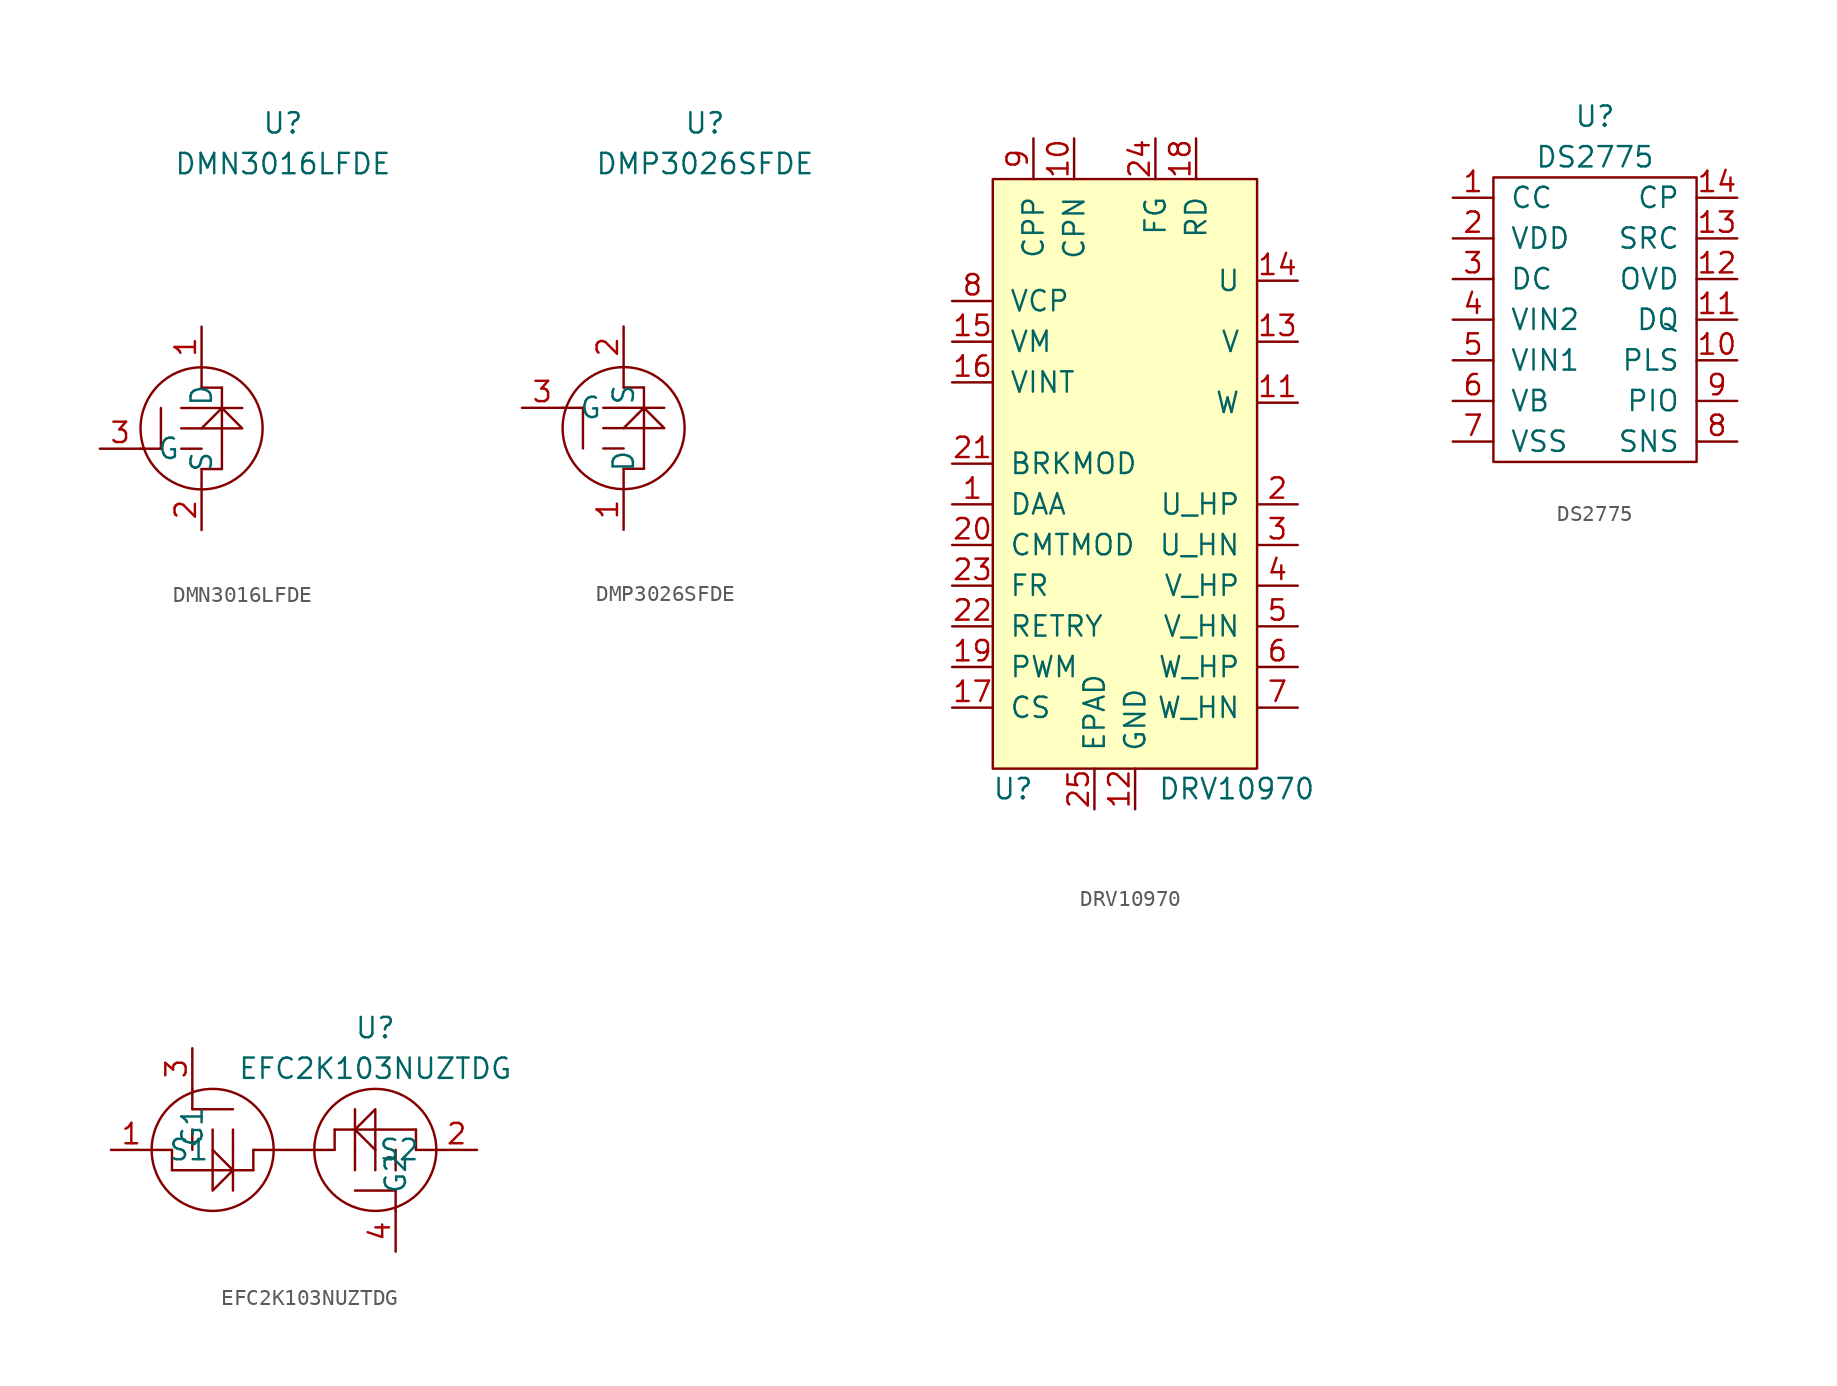
<source format=kicad_sym>
(kicad_symbol_lib
  (version 20211014)
  (generator kicad_symbol_editor)
  (symbol "DMN3016LFDE"
    (pin_names
      (offset 1.016))
    (property "Reference" "U"
      (at 5.08 12.7 0)
      (effects (font (size 1.27 1.27))))
    (property "Value" "DMN3016LFDE"
      (at 5.08 10.16 0)
      (effects (font (size 1.27 1.27))))
    (symbol "DMN3016LFDE_0_1"
      (rectangle (start -3.81 -7.62) (end -2.54 -7.62) (stroke (width 0) (type default) (color 0 0 0 0)) (fill (type none)))
      (rectangle (start -2.54 -7.62) (end -2.54 -5.08) (stroke (width 0) (type default) (color 0 0 0 0)) (fill (type none)))
      (rectangle (start 0 -8.89) (end 0 -10.16) (stroke (width 0) (type default) (color 0 0 0 0)) (fill (type none)))
      (rectangle (start 0 -8.89) (end 1.27 -8.89) (stroke (width 0) (type default) (color 0 0 0 0)) (fill (type none)))
      (rectangle (start 0 -7.62) (end -1.27 -7.62) (stroke (width 0) (type default) (color 0 0 0 0)) (fill (type none)))
      (rectangle (start 0 -6.35) (end -1.27 -6.35) (stroke (width 0) (type default) (color 0 0 0 0)) (fill (type none)))
      (circle (center 0 -6.35) (radius 3.81) (stroke (width 0) (type default) (color 0 0 0 0)) (fill (type none)))
      (rectangle (start 0 -5.08) (end -1.27 -5.08) (stroke (width 0) (type default) (color 0 0 0 0)) (fill (type none)))
      (rectangle (start 0 -3.81) (end 0 -2.54) (stroke (width 0) (type default) (color 0 0 0 0)) (fill (type none)))
      (polyline (pts (xy 1.27 -5.08) (xy 2.54 -6.35) (xy 0 -6.35) (xy 1.27 -5.08) (xy 2.54 -5.08) (xy 0 -5.08) (xy 1.27 -5.08)) (stroke (width 0) (type default) (color 0 0 0 0)) (fill (type none)))
      (rectangle (start 1.27 -8.89) (end 1.27 -3.81) (stroke (width 0) (type default) (color 0 0 0 0)) (fill (type none)))
      (rectangle (start 1.27 -3.81) (end 0 -3.81) (stroke (width 0) (type default) (color 0 0 0 0)) (fill (type none))))
    (symbol "DMN3016LFDE_1_1"
      (pin input line (at 0 0 270) (length 2.54) (name "D" (effects (font (size 1.27 1.27)))) (number "1" (effects (font (size 1.27 1.27)))))
      (pin input line (at 0 -12.7 90) (length 2.54) (name "S" (effects (font (size 1.27 1.27)))) (number "2" (effects (font (size 1.27 1.27)))))
      (pin input line (at -6.35 -7.62 0) (length 2.54) (name "G" (effects (font (size 1.27 1.27)))) (number "3" (effects (font (size 1.27 1.27)))))))
  (symbol "DMP3026SFDE"
    (pin_names
      (offset 1.016))
    (property "Reference" "U"
      (at 5.08 12.7 0)
      (effects (font (size 1.27 1.27))))
    (property "Value" "DMP3026SFDE"
      (at 5.08 10.16 0)
      (effects (font (size 1.27 1.27))))
    (symbol "DMP3026SFDE_0_1"
      (rectangle (start -3.81 -5.08) (end -2.54 -5.08) (stroke (width 0) (type default) (color 0 0 0 0)) (fill (type none)))
      (rectangle (start -2.54 -7.62) (end -2.54 -5.08) (stroke (width 0) (type default) (color 0 0 0 0)) (fill (type none)))
      (rectangle (start 0 -8.89) (end 0 -10.16) (stroke (width 0) (type default) (color 0 0 0 0)) (fill (type none)))
      (rectangle (start 0 -8.89) (end 1.27 -8.89) (stroke (width 0) (type default) (color 0 0 0 0)) (fill (type none)))
      (rectangle (start 0 -7.62) (end -1.27 -7.62) (stroke (width 0) (type default) (color 0 0 0 0)) (fill (type none)))
      (rectangle (start 0 -6.35) (end -1.27 -6.35) (stroke (width 0) (type default) (color 0 0 0 0)) (fill (type none)))
      (circle (center 0 -6.35) (radius 3.81) (stroke (width 0) (type default) (color 0 0 0 0)) (fill (type none)))
      (rectangle (start 0 -5.08) (end -1.27 -5.08) (stroke (width 0) (type default) (color 0 0 0 0)) (fill (type none)))
      (rectangle (start 0 -3.81) (end 0 -2.54) (stroke (width 0) (type default) (color 0 0 0 0)) (fill (type none)))
      (polyline (pts (xy 1.27 -5.08) (xy 2.54 -6.35) (xy 0 -6.35) (xy 1.27 -5.08) (xy 2.54 -5.08) (xy 0 -5.08) (xy 1.27 -5.08)) (stroke (width 0) (type default) (color 0 0 0 0)) (fill (type none)))
      (rectangle (start 1.27 -8.89) (end 1.27 -3.81) (stroke (width 0) (type default) (color 0 0 0 0)) (fill (type none)))
      (rectangle (start 1.27 -3.81) (end 0 -3.81) (stroke (width 0) (type default) (color 0 0 0 0)) (fill (type none))))
    (symbol "DMP3026SFDE_1_1"
      (pin input line (at 0 -12.7 90) (length 2.54) (name "D" (effects (font (size 1.27 1.27)))) (number "1" (effects (font (size 1.27 1.27)))))
      (pin input line (at 0 0 270) (length 2.54) (name "S" (effects (font (size 1.27 1.27)))) (number "2" (effects (font (size 1.27 1.27)))))
      (pin input line (at -6.35 -5.08 0) (length 2.54) (name "G" (effects (font (size 1.27 1.27)))) (number "3" (effects (font (size 1.27 1.27)))))))
  (symbol "DRV10970"
    (pin_names
      (offset 1.016))
    (property "Reference" "U"
      (at -5.08 -21.59 0)
      (effects (font (size 1.27 1.27))))
    (property "Value" "DRV10970"
      (at 8.89 -21.59 0)
      (effects (font (size 1.27 1.27))))
    (symbol "DRV10970_0_1"
      (rectangle (start -6.35 16.51) (end 10.16 -20.32) (stroke (width 0) (type default) (color 0 0 0 0)) (fill (type background))))
    (symbol "DRV10970_1_1"
      (pin input line (at -8.89 -3.81 0) (length 2.54) (name "DAA" (effects (font (size 1.27 1.27)))) (number "1" (effects (font (size 1.27 1.27)))))
      (pin output line (at -1.27 19.05 270) (length 2.54) (name "CPN" (effects (font (size 1.27 1.27)))) (number "10" (effects (font (size 1.27 1.27)))))
      (pin power_out line (at 12.7 2.54 180) (length 2.54) (name "W" (effects (font (size 1.27 1.27)))) (number "11" (effects (font (size 1.27 1.27)))))
      (pin power_in line (at 2.54 -22.86 90) (length 2.54) (name "GND" (effects (font (size 1.27 1.27)))) (number "12" (effects (font (size 1.27 1.27)))))
      (pin power_out line (at 12.7 6.35 180) (length 2.54) (name "V" (effects (font (size 1.27 1.27)))) (number "13" (effects (font (size 1.27 1.27)))))
      (pin power_out line (at 12.7 10.16 180) (length 2.54) (name "U" (effects (font (size 1.27 1.27)))) (number "14" (effects (font (size 1.27 1.27)))))
      (pin power_in line (at -8.89 6.35 0) (length 2.54) (name "VM" (effects (font (size 1.27 1.27)))) (number "15" (effects (font (size 1.27 1.27)))))
      (pin power_out line (at -8.89 3.81 0) (length 2.54) (name "VINT" (effects (font (size 1.27 1.27)))) (number "16" (effects (font (size 1.27 1.27)))))
      (pin input line (at -8.89 -16.51 0) (length 2.54) (name "CS" (effects (font (size 1.27 1.27)))) (number "17" (effects (font (size 1.27 1.27)))))
      (pin output line (at 6.35 19.05 270) (length 2.54) (name "RD" (effects (font (size 1.27 1.27)))) (number "18" (effects (font (size 1.27 1.27)))))
      (pin input line (at -8.89 -13.97 0) (length 2.54) (name "PWM" (effects (font (size 1.27 1.27)))) (number "19" (effects (font (size 1.27 1.27)))))
      (pin input line (at 12.7 -3.81 180) (length 2.54) (name "U_HP" (effects (font (size 1.27 1.27)))) (number "2" (effects (font (size 1.27 1.27)))))
      (pin input line (at -8.89 -6.35 0) (length 2.54) (name "CMTMOD" (effects (font (size 1.27 1.27)))) (number "20" (effects (font (size 1.27 1.27)))))
      (pin input line (at -8.89 -1.27 0) (length 2.54) (name "BRKMOD" (effects (font (size 1.27 1.27)))) (number "21" (effects (font (size 1.27 1.27)))))
      (pin input line (at -8.89 -11.43 0) (length 2.54) (name "RETRY" (effects (font (size 1.27 1.27)))) (number "22" (effects (font (size 1.27 1.27)))))
      (pin input line (at -8.89 -8.89 0) (length 2.54) (name "FR" (effects (font (size 1.27 1.27)))) (number "23" (effects (font (size 1.27 1.27)))))
      (pin output line (at 3.81 19.05 270) (length 2.54) (name "FG" (effects (font (size 1.27 1.27)))) (number "24" (effects (font (size 1.27 1.27)))))
      (pin output line (at 0 -22.86 90) (length 2.54) (name "EPAD" (effects (font (size 1.27 1.27)))) (number "25" (effects (font (size 1.27 1.27)))))
      (pin input line (at 12.7 -6.35 180) (length 2.54) (name "U_HN" (effects (font (size 1.27 1.27)))) (number "3" (effects (font (size 1.27 1.27)))))
      (pin input line (at 12.7 -8.89 180) (length 2.54) (name "V_HP" (effects (font (size 1.27 1.27)))) (number "4" (effects (font (size 1.27 1.27)))))
      (pin input line (at 12.7 -11.43 180) (length 2.54) (name "V_HN" (effects (font (size 1.27 1.27)))) (number "5" (effects (font (size 1.27 1.27)))))
      (pin input line (at 12.7 -13.97 180) (length 2.54) (name "W_HP" (effects (font (size 1.27 1.27)))) (number "6" (effects (font (size 1.27 1.27)))))
      (pin input line (at 12.7 -16.51 180) (length 2.54) (name "W_HN" (effects (font (size 1.27 1.27)))) (number "7" (effects (font (size 1.27 1.27)))))
      (pin output line (at -8.89 8.89 0) (length 2.54) (name "VCP" (effects (font (size 1.27 1.27)))) (number "8" (effects (font (size 1.27 1.27)))))
      (pin output line (at -3.81 19.05 270) (length 2.54) (name "CPP" (effects (font (size 1.27 1.27)))) (number "9" (effects (font (size 1.27 1.27)))))))
  (symbol "DS2775"
    (pin_names
      (offset 1.016))
    (property "Reference" "U"
      (at 8.89 5.08 0)
      (effects (font (size 1.27 1.27))))
    (property "Value" "DS2775"
      (at 8.89 2.54 0)
      (effects (font (size 1.27 1.27))))
    (symbol "DS2775_0_1"
      (rectangle (start 2.54 -16.51) (end 15.24 1.27) (stroke (width 0) (type default) (color 0 0 0 0)) (fill (type none))))
    (symbol "DS2775_1_1"
      (pin input line (at 0 0 0) (length 2.54) (name "CC" (effects (font (size 1.27 1.27)))) (number "1" (effects (font (size 1.27 1.27)))))
      (pin input line (at 17.78 -10.16 180) (length 2.54) (name "PLS" (effects (font (size 1.27 1.27)))) (number "10" (effects (font (size 1.27 1.27)))))
      (pin input line (at 17.78 -7.62 180) (length 2.54) (name "DQ" (effects (font (size 1.27 1.27)))) (number "11" (effects (font (size 1.27 1.27)))))
      (pin input line (at 17.78 -5.08 180) (length 2.54) (name "OVD" (effects (font (size 1.27 1.27)))) (number "12" (effects (font (size 1.27 1.27)))))
      (pin input line (at 17.78 -2.54 180) (length 2.54) (name "SRC" (effects (font (size 1.27 1.27)))) (number "13" (effects (font (size 1.27 1.27)))))
      (pin input line (at 17.78 0 180) (length 2.54) (name "CP" (effects (font (size 1.27 1.27)))) (number "14" (effects (font (size 1.27 1.27)))))
      (pin input line (at 0 -2.54 0) (length 2.54) (name "VDD" (effects (font (size 1.27 1.27)))) (number "2" (effects (font (size 1.27 1.27)))))
      (pin input line (at 0 -5.08 0) (length 2.54) (name "DC" (effects (font (size 1.27 1.27)))) (number "3" (effects (font (size 1.27 1.27)))))
      (pin input line (at 0 -7.62 0) (length 2.54) (name "VIN2" (effects (font (size 1.27 1.27)))) (number "4" (effects (font (size 1.27 1.27)))))
      (pin input line (at 0 -10.16 0) (length 2.54) (name "VIN1" (effects (font (size 1.27 1.27)))) (number "5" (effects (font (size 1.27 1.27)))))
      (pin input line (at 0 -12.7 0) (length 2.54) (name "VB" (effects (font (size 1.27 1.27)))) (number "6" (effects (font (size 1.27 1.27)))))
      (pin input line (at 0 -15.24 0) (length 2.54) (name "VSS" (effects (font (size 1.27 1.27)))) (number "7" (effects (font (size 1.27 1.27)))))
      (pin input line (at 17.78 -15.24 180) (length 2.54) (name "SNS" (effects (font (size 1.27 1.27)))) (number "8" (effects (font (size 1.27 1.27)))))
      (pin input line (at 17.78 -12.7 180) (length 2.54) (name "PIO" (effects (font (size 1.27 1.27)))) (number "9" (effects (font (size 1.27 1.27)))))))
  (symbol "EFC2K103NUZTDG"
    (pin_names
      (offset 1.016))
    (property "Reference" "U"
      (at 16.51 7.62 0)
      (effects (font (size 1.27 1.27))))
    (property "Value" "EFC2K103NUZTDG"
      (at 16.51 5.08 0)
      (effects (font (size 1.27 1.27))))
    (symbol "EFC2K103NUZTDG_0_1"
      (rectangle (start 10.16 0) (end 12.7 0) (stroke (width 0) (type default) (color 0 0 0 0)) (fill (type none))))
    (symbol "EFC2K103NUZTDG_1_1"
      (polyline (pts (xy 7.62 -1.27) (xy 6.35 -2.54) (xy 6.35 0) (xy 7.62 -1.27) (xy 7.62 -2.54) (xy 7.62 0) (xy 7.62 -1.27)) (stroke (width 0) (type default) (color 0 0 0 0)) (fill (type none)))
      (polyline (pts (xy 15.24 1.27) (xy 16.51 2.54) (xy 16.51 0) (xy 15.24 1.27) (xy 15.24 2.54) (xy 15.24 0) (xy 15.24 1.27)) (stroke (width 0) (type default) (color 0 0 0 0)) (fill (type none)))
      (rectangle (start 3.81 -1.27) (end 8.89 -1.27) (stroke (width 0) (type default) (color 0 0 0 0)) (fill (type none)))
      (rectangle (start 3.81 0) (end 2.54 0) (stroke (width 0) (type default) (color 0 0 0 0)) (fill (type none)))
      (rectangle (start 3.81 0) (end 3.81 -1.27) (stroke (width 0) (type default) (color 0 0 0 0)) (fill (type none)))
      (rectangle (start 5.08 0) (end 5.08 1.27) (stroke (width 0) (type default) (color 0 0 0 0)) (fill (type none)))
      (rectangle (start 5.08 2.54) (end 7.62 2.54) (stroke (width 0) (type default) (color 0 0 0 0)) (fill (type none)))
      (rectangle (start 5.08 3.81) (end 5.08 2.54) (stroke (width 0) (type default) (color 0 0 0 0)) (fill (type none)))
      (rectangle (start 6.35 0) (end 6.35 1.27) (stroke (width 0) (type default) (color 0 0 0 0)) (fill (type none)))
      (circle (center 6.35 0) (radius 3.81) (stroke (width 0) (type default) (color 0 0 0 0)) (fill (type none)))
      (rectangle (start 7.62 0) (end 7.62 1.27) (stroke (width 0) (type default) (color 0 0 0 0)) (fill (type none)))
      (rectangle (start 8.89 -1.27) (end 8.89 0) (stroke (width 0) (type default) (color 0 0 0 0)) (fill (type none)))
      (rectangle (start 8.89 0) (end 10.16 0) (stroke (width 0) (type default) (color 0 0 0 0)) (fill (type none)))
      (rectangle (start 13.97 0) (end 12.7 0) (stroke (width 0) (type default) (color 0 0 0 0)) (fill (type none)))
      (rectangle (start 13.97 1.27) (end 13.97 0) (stroke (width 0) (type default) (color 0 0 0 0)) (fill (type none)))
      (rectangle (start 15.24 0) (end 15.24 -1.27) (stroke (width 0) (type default) (color 0 0 0 0)) (fill (type none)))
      (rectangle (start 16.51 0) (end 16.51 -1.27) (stroke (width 0) (type default) (color 0 0 0 0)) (fill (type none)))
      (circle (center 16.51 0) (radius 3.81) (stroke (width 0) (type default) (color 0 0 0 0)) (fill (type none)))
      (rectangle (start 17.78 -3.81) (end 17.78 -2.54) (stroke (width 0) (type default) (color 0 0 0 0)) (fill (type none)))
      (rectangle (start 17.78 -2.54) (end 15.24 -2.54) (stroke (width 0) (type default) (color 0 0 0 0)) (fill (type none)))
      (rectangle (start 17.78 0) (end 17.78 -1.27) (stroke (width 0) (type default) (color 0 0 0 0)) (fill (type none)))
      (rectangle (start 19.05 0) (end 19.05 1.27) (stroke (width 0) (type default) (color 0 0 0 0)) (fill (type none)))
      (rectangle (start 19.05 0) (end 20.32 0) (stroke (width 0) (type default) (color 0 0 0 0)) (fill (type none)))
      (rectangle (start 19.05 1.27) (end 13.97 1.27) (stroke (width 0) (type default) (color 0 0 0 0)) (fill (type none)))
      (pin input line (at 0 0 0) (length 2.54) (name "S1" (effects (font (size 1.27 1.27)))) (number "1" (effects (font (size 1.27 1.27)))))
      (pin input line (at 22.86 0 180) (length 2.54) (name "S2" (effects (font (size 1.27 1.27)))) (number "2" (effects (font (size 1.27 1.27)))))
      (pin input line (at 5.08 6.35 270) (length 2.54) (name "G1" (effects (font (size 1.27 1.27)))) (number "3" (effects (font (size 1.27 1.27)))))
      (pin input line (at 17.78 -6.35 90) (length 2.54) (name "G2" (effects (font (size 1.27 1.27)))) (number "4" (effects (font (size 1.27 1.27))))))))
</source>
